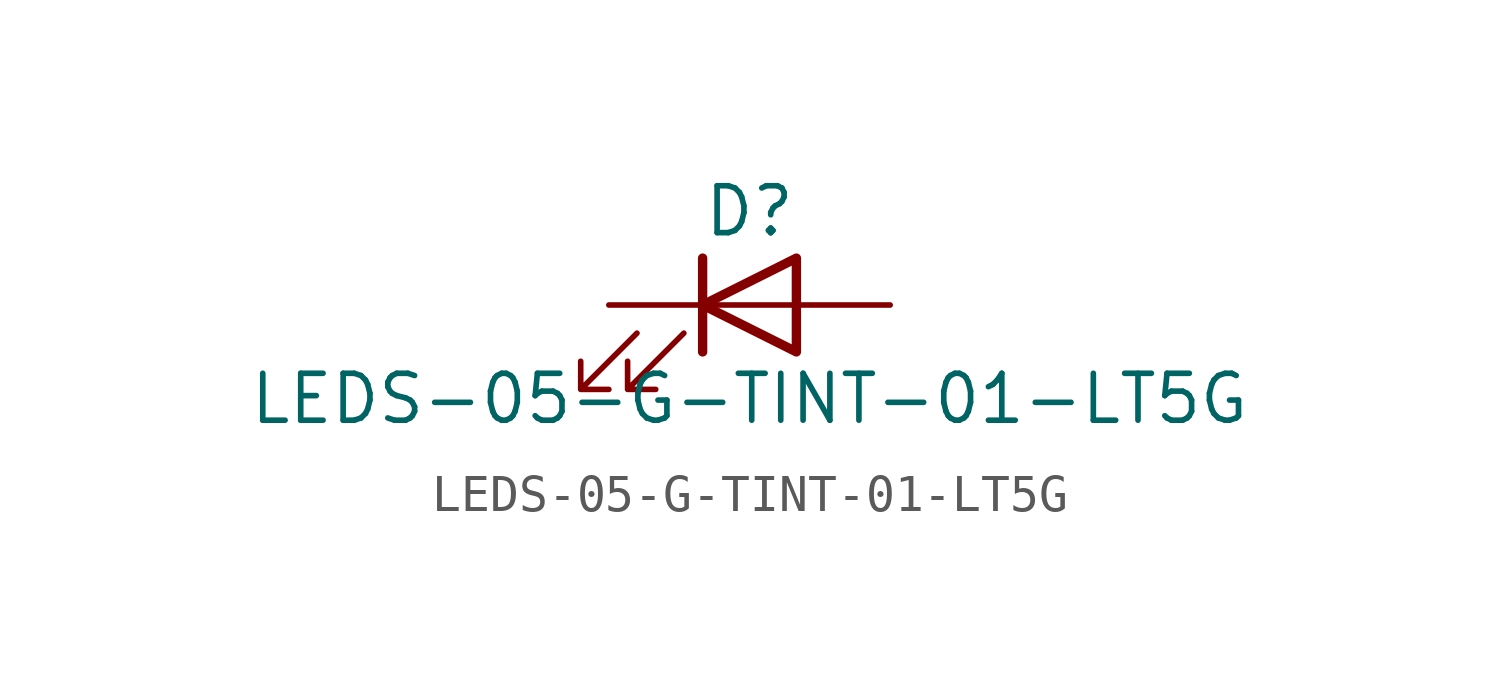
<source format=kicad_sym>
(kicad_symbol_lib
  (version 20211014)
  (generator kicad_symbol_editor)
  (symbol "LEDS-05-G-TINT-01-LT5G"
    (pin_numbers hide)
    (pin_names
      (offset 1.016) hide)
    (property "Reference" "D"
      (at 0 2.54 0)
      (effects (font (size 1.27 1.27))))
    (property "Value" "LEDS-05-G-TINT-01-LT5G"
      (at 0 -2.54 0)
      (effects (font (size 1.27 1.27))))
    (symbol "LEDS-05-G-TINT-01-LT5G_0_1"
      (polyline (pts (xy -1.27 -1.27) (xy -1.27 1.27)) (stroke (width 0.254) (type default) (color 0 0 0 0)) (fill (type none)))
      (polyline (pts (xy -1.27 0) (xy 1.27 0)) (stroke (width 0) (type default) (color 0 0 0 0)) (fill (type none)))
      (polyline (pts (xy 1.27 -1.27) (xy 1.27 1.27) (xy -1.27 0) (xy 1.27 -1.27)) (stroke (width 0.254) (type default) (color 0 0 0 0)) (fill (type none)))
      (polyline (pts (xy -3.048 -0.762) (xy -4.572 -2.286) (xy -3.81 -2.286) (xy -4.572 -2.286) (xy -4.572 -1.524)) (stroke (width 0) (type default) (color 0 0 0 0)) (fill (type none)))
      (polyline (pts (xy -1.778 -0.762) (xy -3.302 -2.286) (xy -2.54 -2.286) (xy -3.302 -2.286) (xy -3.302 -1.524)) (stroke (width 0) (type default) (color 0 0 0 0)) (fill (type none))))
    (symbol "LEDS-05-G-TINT-01-LT5G_1_1"
      (pin passive line (at -3.81 0 0) (length 2.54) (name "K" (effects (font (size 1.27 1.27)))) (number "1" (effects (font (size 1.27 1.27)))))
      (pin passive line (at 3.81 0 180) (length 2.54) (name "A" (effects (font (size 1.27 1.27)))) (number "2" (effects (font (size 1.27 1.27))))))))
</source>
